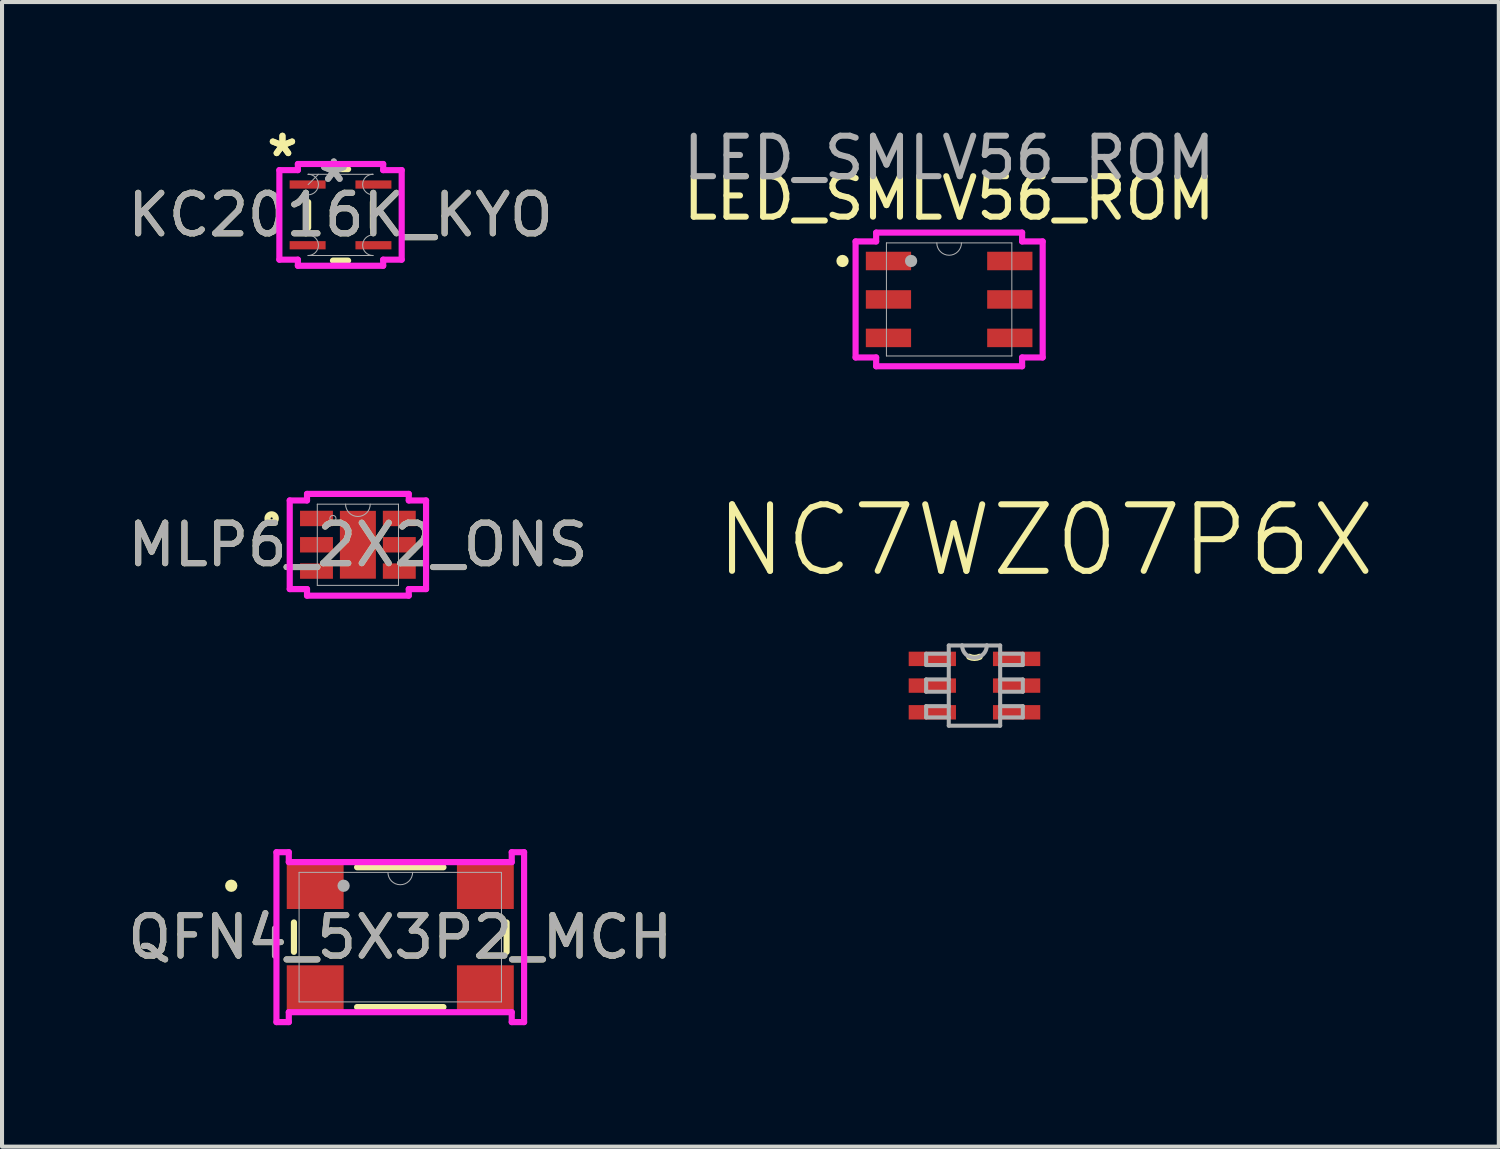
<source format=kicad_pcb>
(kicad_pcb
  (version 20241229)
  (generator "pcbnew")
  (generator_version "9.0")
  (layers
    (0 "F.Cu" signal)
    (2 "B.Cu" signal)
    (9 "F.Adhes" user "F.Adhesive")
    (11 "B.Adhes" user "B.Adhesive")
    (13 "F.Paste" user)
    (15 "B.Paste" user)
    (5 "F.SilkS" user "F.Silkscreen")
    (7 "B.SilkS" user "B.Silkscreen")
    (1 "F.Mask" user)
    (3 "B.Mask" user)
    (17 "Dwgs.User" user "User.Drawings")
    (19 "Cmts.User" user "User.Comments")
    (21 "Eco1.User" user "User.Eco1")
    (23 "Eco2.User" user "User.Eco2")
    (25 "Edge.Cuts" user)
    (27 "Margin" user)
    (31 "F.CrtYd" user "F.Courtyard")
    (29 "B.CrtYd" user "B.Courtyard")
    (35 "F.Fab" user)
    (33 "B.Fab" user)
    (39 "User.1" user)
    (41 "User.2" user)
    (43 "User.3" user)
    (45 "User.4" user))
  (footprint "KC2016K_KYO"
    (layer "F.Cu")
    (at 5.363 2.259)
    (property "Reference" "KC2016K_KYO" (at 0 0 0) (unlocked yes) (layer "F.SilkS") (effects (font (size 1 1) (thickness 0.15))))
    (attr smd)
    (fp_line (start -0.8 -0.316) (end -0.8 0.316) (stroke (width 0.152) (type solid)) (layer "F.SilkS"))
    (fp_line (start -0.187 -1.13) (end 0.187 -1.13) (stroke (width 0.152) (type solid)) (layer "F.SilkS"))
    (fp_line (start -0.187 1.13) (end 0.187 1.13) (stroke (width 0.152) (type solid)) (layer "F.SilkS"))
    (fp_line (start 0.8 -0.316) (end 0.8 0.316) (stroke (width 0.152) (type solid)) (layer "F.SilkS"))
    (fp_line (start -1.511 -1.106) (end -1.054 -1.106) (stroke (width 0.152) (type solid)) (layer "F.CrtYd"))
    (fp_line (start -1.511 1.106) (end -1.511 -1.106) (stroke (width 0.152) (type solid)) (layer "F.CrtYd"))
    (fp_line (start -1.511 1.106) (end -1.054 1.106) (stroke (width 0.152) (type solid)) (layer "F.CrtYd"))
    (fp_line (start -1.054 -1.257) (end 1.054 -1.257) (stroke (width 0.152) (type solid)) (layer "F.CrtYd"))
    (fp_line (start -1.054 -1.106) (end -1.054 -1.257) (stroke (width 0.152) (type solid)) (layer "F.CrtYd"))
    (fp_line (start -1.054 1.257) (end -1.054 1.106) (stroke (width 0.152) (type solid)) (layer "F.CrtYd"))
    (fp_line (start 1.054 -1.257) (end 1.054 -1.106) (stroke (width 0.152) (type solid)) (layer "F.CrtYd"))
    (fp_line (start 1.054 1.106) (end 1.054 1.257) (stroke (width 0.152) (type solid)) (layer "F.CrtYd"))
    (fp_line (start 1.054 1.257) (end -1.054 1.257) (stroke (width 0.152) (type solid)) (layer "F.CrtYd"))
    (fp_line (start 1.511 -1.106) (end 1.054 -1.106) (stroke (width 0.152) (type solid)) (layer "F.CrtYd"))
    (fp_line (start 1.511 -1.106) (end 1.511 1.106) (stroke (width 0.152) (type solid)) (layer "F.CrtYd"))
    (fp_line (start 1.511 1.106) (end 1.054 1.106) (stroke (width 0.152) (type solid)) (layer "F.CrtYd"))
    (fp_line (start -0.8 -1.004) (end -0.8 -1.003) (stroke (width 0.025) (type solid)) (layer "F.Fab"))
    (fp_line (start -0.8 -1.003) (end 0.8 -1.003) (stroke (width 0.025) (type solid)) (layer "F.Fab"))
    (fp_line (start -0.8 -0.496) (end -0.8 0.496) (stroke (width 0.025) (type solid)) (layer "F.Fab"))
    (fp_line (start -0.8 1.003) (end 0.8 1.003) (stroke (width 0.025) (type solid)) (layer "F.Fab"))
    (fp_line (start -0.8 1.004) (end -0.8 1.003) (stroke (width 0.025) (type solid)) (layer "F.Fab"))
    (fp_line (start -0.546 -1.003) (end -0.8 -0.749) (stroke (width 0.025) (type solid)) (layer "F.Fab"))
    (fp_line (start 0.8 -1.004) (end 0.8 -1.003) (stroke (width 0.025) (type solid)) (layer "F.Fab"))
    (fp_line (start 0.8 -0.496) (end 0.8 0.496) (stroke (width 0.025) (type solid)) (layer "F.Fab"))
    (fp_line (start 0.8 1.004) (end 0.8 1.003) (stroke (width 0.025) (type solid)) (layer "F.Fab"))
    (fp_arc (start -0.8001 -1.004001) (mid -0.5461 -0.750001) (end -0.8001 -0.496001) (stroke (width 0.0254) (type solid)) (layer "F.Fab"))
    (fp_arc (start -0.8001 0.496001) (mid -0.5461 0.750001) (end -0.8001 1.004001) (stroke (width 0.0254) (type solid)) (layer "F.Fab"))
    (fp_arc (start 0.8001 -0.496001) (mid 0.5461 -0.750001) (end 0.8001 -1.004001) (stroke (width 0.0254) (type solid)) (layer "F.Fab"))
    (fp_arc (start 0.8001 1.004001) (mid 0.5461 0.750001) (end 0.8001 0.496001) (stroke (width 0.0254) (type solid)) (layer "F.Fab"))
    (fp_text user "*" (at -1.435 -1.41 0) (unlocked yes) (layer "F.SilkS") (effects (font (size 1 1) (thickness 0.15))))
    (fp_text user "*" (at -1.435 -1.41 0) (layer "F.SilkS") (effects (font (size 1 1) (thickness 0.15))))
    (fp_text user "${REFERENCE}" (at 0 0 0) (unlocked yes) (layer "F.Fab") (effects (font (size 1 1) (thickness 0.15))))
    (fp_text user "*" (at -0.165 -0.775 0) (layer "F.Fab") (effects (font (size 1 1) (thickness 0.15))))
    (fp_text user "*" (at -0.165 -0.775 0) (unlocked yes) (layer "F.Fab") (effects (font (size 1 1) (thickness 0.15))))
    (pad "1" smd rect (at -0.813 -0.75) (size 0.889 0.203) (layers "F.Cu" "F.Mask" "F.Paste"))
    (pad "2" smd rect (at -0.813 0.75) (size 0.889 0.203) (layers "F.Cu" "F.Mask" "F.Paste"))
    (pad "3" smd rect (at 0.813 0.75) (size 0.889 0.203) (layers "F.Cu" "F.Mask" "F.Paste"))
    (pad "4" smd rect (at 0.813 -0.75) (size 0.889 0.203) (layers "F.Cu" "F.Mask" "F.Paste")))
  (footprint "LED_SMLV56_ROM"
    (layer "F.Cu")
    (at 20.399 4.348)
    (property "Reference" "LED_SMLV56_ROM" (at 0 -2.5 0) (unlocked yes) (layer "F.SilkS") (effects (font (size 1 1) (thickness 0.15))))
    (attr smd)
    (fp_circle (center -2.634 -0.95) (end -2.558 -0.95) (stroke (width 0.152) (type solid)) (fill no) (layer "F.SilkS"))
    (fp_line (start -2.311 -1.433) (end -1.803 -1.433) (stroke (width 0.152) (type solid)) (layer "F.CrtYd"))
    (fp_line (start -2.311 1.433) (end -2.311 -1.433) (stroke (width 0.152) (type solid)) (layer "F.CrtYd"))
    (fp_line (start -2.311 1.433) (end -1.803 1.433) (stroke (width 0.152) (type solid)) (layer "F.CrtYd"))
    (fp_line (start -1.803 -1.651) (end 1.803 -1.651) (stroke (width 0.152) (type solid)) (layer "F.CrtYd"))
    (fp_line (start -1.803 -1.433) (end -1.803 -1.651) (stroke (width 0.152) (type solid)) (layer "F.CrtYd"))
    (fp_line (start -1.803 1.651) (end -1.803 1.433) (stroke (width 0.152) (type solid)) (layer "F.CrtYd"))
    (fp_line (start 1.803 -1.651) (end 1.803 -1.433) (stroke (width 0.152) (type solid)) (layer "F.CrtYd"))
    (fp_line (start 1.803 1.433) (end 1.803 1.651) (stroke (width 0.152) (type solid)) (layer "F.CrtYd"))
    (fp_line (start 1.803 1.651) (end -1.803 1.651) (stroke (width 0.152) (type solid)) (layer "F.CrtYd"))
    (fp_line (start 2.311 -1.433) (end 1.803 -1.433) (stroke (width 0.152) (type solid)) (layer "F.CrtYd"))
    (fp_line (start 2.311 -1.433) (end 2.311 1.433) (stroke (width 0.152) (type solid)) (layer "F.CrtYd"))
    (fp_line (start 2.311 1.433) (end 1.803 1.433) (stroke (width 0.152) (type solid)) (layer "F.CrtYd"))
    (fp_line (start -1.549 -1.397) (end -1.549 1.397) (stroke (width 0.025) (type solid)) (layer "F.Fab"))
    (fp_line (start -1.549 1.397) (end 1.549 1.397) (stroke (width 0.025) (type solid)) (layer "F.Fab"))
    (fp_line (start 1.549 -1.397) (end -1.549 -1.397) (stroke (width 0.025) (type solid)) (layer "F.Fab"))
    (fp_line (start 1.549 1.397) (end 1.549 -1.397) (stroke (width 0.025) (type solid)) (layer "F.Fab"))
    (fp_arc (start 0.3048 -1.397) (mid 0 -1.0922) (end -0.3048 -1.397) (stroke (width 0.0254) (type solid)) (layer "F.Fab"))
    (fp_circle (center -0.94 -0.95) (end -0.94 -0.95) (stroke (width 0.152) (type solid)) (fill no) (layer "F.Fab"))
    (fp_text user "${REFERENCE}" (at 0 -3.5 0) (unlocked yes) (layer "F.Fab") (effects (font (size 1 1) (thickness 0.15))))
    (pad "1" smd rect (at -1.499 -0.95) (size 1.118 0.457) (layers "F.Cu" "F.Mask" "F.Paste"))
    (pad "2" smd rect (at -1.499 0) (size 1.118 0.457) (layers "F.Cu" "F.Mask" "F.Paste"))
    (pad "3" smd rect (at -1.499 0.95) (size 1.118 0.457) (layers "F.Cu" "F.Mask" "F.Paste"))
    (pad "4" smd rect (at 1.499 0.95) (size 1.118 0.457) (layers "F.Cu" "F.Mask" "F.Paste"))
    (pad "5" smd rect (at 1.499 0) (size 1.118 0.457) (layers "F.Cu" "F.Mask" "F.Paste"))
    (pad "6" smd rect (at 1.499 -0.95) (size 1.118 0.457) (layers "F.Cu" "F.Mask" "F.Paste")))
  (footprint "QFN4_5X3P2_MCH"
    (layer "F.Cu")
    (at 6.839 20.103)
    (property "Reference" "QFN4_5X3P2_MCH" (at 0 0 0) (unlocked yes) (layer "F.SilkS") (effects (font (size 1 1) (thickness 0.15))))
    (attr smd)
    (fp_line (start -2.627 -0.363) (end -2.627 0.363) (stroke (width 0.152) (type solid)) (layer "F.SilkS"))
    (fp_line (start -1.067 1.727) (end 1.067 1.727) (stroke (width 0.152) (type solid)) (layer "F.SilkS"))
    (fp_line (start 1.067 -1.727) (end -1.067 -1.727) (stroke (width 0.152) (type solid)) (layer "F.SilkS"))
    (fp_line (start 2.627 0.363) (end 2.627 -0.363) (stroke (width 0.152) (type solid)) (layer "F.SilkS"))
    (fp_circle (center -4.176 -1.27) (end -4.1 -1.27) (stroke (width 0.152) (type solid)) (fill no) (layer "F.SilkS"))
    (fp_line (start -3.059 -2.099) (end -2.754 -2.099) (stroke (width 0.152) (type solid)) (layer "F.CrtYd"))
    (fp_line (start -3.059 2.099) (end -3.059 -2.099) (stroke (width 0.152) (type solid)) (layer "F.CrtYd"))
    (fp_line (start -3.059 2.099) (end -2.754 2.099) (stroke (width 0.152) (type solid)) (layer "F.CrtYd"))
    (fp_line (start -2.754 -2.099) (end -2.754 -1.854) (stroke (width 0.152) (type solid)) (layer "F.CrtYd"))
    (fp_line (start -2.754 -1.854) (end 2.754 -1.854) (stroke (width 0.152) (type solid)) (layer "F.CrtYd"))
    (fp_line (start -2.754 1.854) (end -2.754 2.099) (stroke (width 0.152) (type solid)) (layer "F.CrtYd"))
    (fp_line (start 2.754 -1.854) (end 2.754 -2.099) (stroke (width 0.152) (type solid)) (layer "F.CrtYd"))
    (fp_line (start 2.754 1.854) (end -2.754 1.854) (stroke (width 0.152) (type solid)) (layer "F.CrtYd"))
    (fp_line (start 2.754 2.099) (end 2.754 1.854) (stroke (width 0.152) (type solid)) (layer "F.CrtYd"))
    (fp_line (start 3.059 -2.099) (end 2.754 -2.099) (stroke (width 0.152) (type solid)) (layer "F.CrtYd"))
    (fp_line (start 3.059 -2.099) (end 3.059 2.099) (stroke (width 0.152) (type solid)) (layer "F.CrtYd"))
    (fp_line (start 3.059 2.099) (end 2.754 2.099) (stroke (width 0.152) (type solid)) (layer "F.CrtYd"))
    (fp_line (start -2.5 -1.6) (end -2.5 1.6) (stroke (width 0.025) (type solid)) (layer "F.Fab"))
    (fp_line (start -2.5 1.6) (end 2.5 1.6) (stroke (width 0.025) (type solid)) (layer "F.Fab"))
    (fp_line (start 2.5 -1.6) (end -2.5 -1.6) (stroke (width 0.025) (type solid)) (layer "F.Fab"))
    (fp_line (start 2.5 1.6) (end 2.5 -1.6) (stroke (width 0.025) (type solid)) (layer "F.Fab"))
    (fp_arc (start 0.3048 -1.600001) (mid 0 -1.295201) (end -0.3048 -1.600001) (stroke (width 0.0254) (type solid)) (layer "F.Fab"))
    (fp_circle (center -1.4 -1.27) (end -1.4 -1.27) (stroke (width 0.152) (type solid)) (fill no) (layer "F.Fab"))
    (fp_text user "${REFERENCE}" (at 0 0 0) (unlocked yes) (layer "F.Fab") (effects (font (size 1 1) (thickness 0.15))))
    (pad "1" smd rect (at -2.102 -1.27) (size 1.405 1.149) (layers "F.Cu" "F.Mask" "F.Paste"))
    (pad "2" smd rect (at -2.102 1.27) (size 1.405 1.149) (layers "F.Cu" "F.Mask" "F.Paste"))
    (pad "3" smd rect (at 2.102 1.27) (size 1.405 1.149) (layers "F.Cu" "F.Mask" "F.Paste"))
    (pad "4" smd rect (at 2.102 -1.27) (size 1.405 1.149) (layers "F.Cu" "F.Mask" "F.Paste")))
  (footprint "NC7WZ07P6X"
    (layer "F.Cu")
    (at 21.025 13.888)
    (property "Reference" "NC7WZ07P6X" (at 1.756 -3.588 0) (layer "F.SilkS") (effects (font (size 1.643 1.643) (thickness 0.15))))
    (attr smd)
    (fp_arc (start 0.127 -0.7112) (mid 0 -0.683626) (end -0.127 -0.7112) (stroke (width 0.1524) (type solid)) (layer "F.SilkS"))
    (fp_line (start -1.194 -0.787) (end -1.194 -0.508) (stroke (width 0.1) (type solid)) (layer "F.Fab"))
    (fp_line (start -1.194 -0.508) (end -0.635 -0.508) (stroke (width 0.1) (type solid)) (layer "F.Fab"))
    (fp_line (start -1.194 -0.152) (end -1.194 0.152) (stroke (width 0.1) (type solid)) (layer "F.Fab"))
    (fp_line (start -1.194 0.152) (end -0.635 0.152) (stroke (width 0.1) (type solid)) (layer "F.Fab"))
    (fp_line (start -1.194 0.508) (end -1.194 0.787) (stroke (width 0.1) (type solid)) (layer "F.Fab"))
    (fp_line (start -1.194 0.787) (end -0.635 0.787) (stroke (width 0.1) (type solid)) (layer "F.Fab"))
    (fp_line (start -0.635 -0.991) (end -0.635 -0.787) (stroke (width 0.1) (type solid)) (layer "F.Fab"))
    (fp_line (start -0.635 -0.787) (end -1.194 -0.787) (stroke (width 0.1) (type solid)) (layer "F.Fab"))
    (fp_line (start -0.635 -0.787) (end -0.635 -0.508) (stroke (width 0.1) (type solid)) (layer "F.Fab"))
    (fp_line (start -0.635 -0.508) (end -0.635 -0.152) (stroke (width 0.1) (type solid)) (layer "F.Fab"))
    (fp_line (start -0.635 -0.152) (end -1.194 -0.152) (stroke (width 0.1) (type solid)) (layer "F.Fab"))
    (fp_line (start -0.635 -0.152) (end -0.635 0.152) (stroke (width 0.1) (type solid)) (layer "F.Fab"))
    (fp_line (start -0.635 0.152) (end -0.635 0.508) (stroke (width 0.1) (type solid)) (layer "F.Fab"))
    (fp_line (start -0.635 0.508) (end -1.194 0.508) (stroke (width 0.1) (type solid)) (layer "F.Fab"))
    (fp_line (start -0.635 0.787) (end -0.635 0.508) (stroke (width 0.1) (type solid)) (layer "F.Fab"))
    (fp_line (start -0.635 0.991) (end -0.635 0.787) (stroke (width 0.1) (type solid)) (layer "F.Fab"))
    (fp_line (start -0.635 0.991) (end 0.635 0.991) (stroke (width 0.1) (type solid)) (layer "F.Fab"))
    (fp_line (start -0.305 -0.991) (end -0.635 -0.991) (stroke (width 0.1) (type solid)) (layer "F.Fab"))
    (fp_line (start 0.305 -0.991) (end -0.305 -0.991) (stroke (width 0.1) (type solid)) (layer "F.Fab"))
    (fp_line (start 0.635 -0.991) (end 0.305 -0.991) (stroke (width 0.1) (type solid)) (layer "F.Fab"))
    (fp_line (start 0.635 -0.991) (end 0.635 -0.787) (stroke (width 0.1) (type solid)) (layer "F.Fab"))
    (fp_line (start 0.635 -0.787) (end 0.635 -0.508) (stroke (width 0.1) (type solid)) (layer "F.Fab"))
    (fp_line (start 0.635 -0.508) (end 1.194 -0.508) (stroke (width 0.1) (type solid)) (layer "F.Fab"))
    (fp_line (start 0.635 -0.152) (end 0.635 -0.508) (stroke (width 0.1) (type solid)) (layer "F.Fab"))
    (fp_line (start 0.635 0.152) (end 0.635 -0.152) (stroke (width 0.1) (type solid)) (layer "F.Fab"))
    (fp_line (start 0.635 0.152) (end 1.194 0.152) (stroke (width 0.1) (type solid)) (layer "F.Fab"))
    (fp_line (start 0.635 0.508) (end 0.635 0.152) (stroke (width 0.1) (type solid)) (layer "F.Fab"))
    (fp_line (start 0.635 0.787) (end 0.635 0.508) (stroke (width 0.1) (type solid)) (layer "F.Fab"))
    (fp_line (start 0.635 0.787) (end 1.194 0.787) (stroke (width 0.1) (type solid)) (layer "F.Fab"))
    (fp_line (start 0.635 0.991) (end 0.635 0.787) (stroke (width 0.1) (type solid)) (layer "F.Fab"))
    (fp_line (start 1.194 -0.787) (end 0.635 -0.787) (stroke (width 0.1) (type solid)) (layer "F.Fab"))
    (fp_line (start 1.194 -0.508) (end 1.194 -0.787) (stroke (width 0.1) (type solid)) (layer "F.Fab"))
    (fp_line (start 1.194 -0.152) (end 0.635 -0.152) (stroke (width 0.1) (type solid)) (layer "F.Fab"))
    (fp_line (start 1.194 0.152) (end 1.194 -0.152) (stroke (width 0.1) (type solid)) (layer "F.Fab"))
    (fp_line (start 1.194 0.508) (end 0.635 0.508) (stroke (width 0.1) (type solid)) (layer "F.Fab"))
    (fp_line (start 1.194 0.787) (end 1.194 0.508) (stroke (width 0.1) (type solid)) (layer "F.Fab"))
    (fp_arc (start 0.3048 -0.9906) (mid 0 -0.6858) (end -0.3048 -0.9906) (stroke (width 0.1) (type solid)) (layer "F.Fab"))
    (pad "1" smd rect (at -1.041 -0.66) (size 1.168 0.356) (layers "F.Cu" "F.Mask" "F.Paste"))
    (pad "2" smd rect (at -1.041 0) (size 1.168 0.356) (layers "F.Cu" "F.Mask" "F.Paste"))
    (pad "3" smd rect (at -1.041 0.66) (size 1.168 0.356) (layers "F.Cu" "F.Mask" "F.Paste"))
    (pad "4" smd rect (at 1.041 0.66) (size 1.168 0.356) (layers "F.Cu" "F.Mask" "F.Paste"))
    (pad "5" smd rect (at 1.041 0) (size 1.168 0.356) (layers "F.Cu" "F.Mask" "F.Paste"))
    (pad "6" smd rect (at 1.041 -0.66) (size 1.168 0.356) (layers "F.Cu" "F.Mask" "F.Paste")))
  (footprint "MLP6_2X2_ONS"
    (layer "F.Cu")
    (at 5.792 10.409)
    (property "Reference" "MLP6_2X2_ONS" (at 0 0 0) (unlocked yes) (layer "F.SilkS") (effects (font (size 1 1) (thickness 0.15))))
    (attr smd)
    (fp_circle (center -2.131 -0.65) (end -2.029 -0.65) (stroke (width 0.152) (type solid)) (fill no) (layer "F.SilkS"))
    (fp_line (start -1.684 -1.095) (end -1.257 -1.095) (stroke (width 0.152) (type solid)) (layer "F.CrtYd"))
    (fp_line (start -1.684 1.095) (end -1.684 -1.095) (stroke (width 0.152) (type solid)) (layer "F.CrtYd"))
    (fp_line (start -1.684 1.095) (end -1.257 1.095) (stroke (width 0.152) (type solid)) (layer "F.CrtYd"))
    (fp_line (start -1.257 -1.257) (end 1.257 -1.257) (stroke (width 0.152) (type solid)) (layer "F.CrtYd"))
    (fp_line (start -1.257 -1.095) (end -1.257 -1.257) (stroke (width 0.152) (type solid)) (layer "F.CrtYd"))
    (fp_line (start -1.257 1.257) (end -1.257 1.095) (stroke (width 0.152) (type solid)) (layer "F.CrtYd"))
    (fp_line (start 1.257 -1.257) (end 1.257 -1.095) (stroke (width 0.152) (type solid)) (layer "F.CrtYd"))
    (fp_line (start 1.257 1.095) (end 1.257 1.257) (stroke (width 0.152) (type solid)) (layer "F.CrtYd"))
    (fp_line (start 1.257 1.257) (end -1.257 1.257) (stroke (width 0.152) (type solid)) (layer "F.CrtYd"))
    (fp_line (start 1.684 -1.095) (end 1.257 -1.095) (stroke (width 0.152) (type solid)) (layer "F.CrtYd"))
    (fp_line (start 1.684 -1.095) (end 1.684 1.095) (stroke (width 0.152) (type solid)) (layer "F.CrtYd"))
    (fp_line (start 1.684 1.095) (end 1.257 1.095) (stroke (width 0.152) (type solid)) (layer "F.CrtYd"))
    (fp_line (start -1.003 -1.003) (end -1.003 1.003) (stroke (width 0.025) (type solid)) (layer "F.Fab"))
    (fp_line (start -1.003 1.003) (end 1.003 1.003) (stroke (width 0.025) (type solid)) (layer "F.Fab"))
    (fp_line (start 1.003 -1.003) (end -1.003 -1.003) (stroke (width 0.025) (type solid)) (layer "F.Fab"))
    (fp_line (start 1.003 1.003) (end 1.003 -1.003) (stroke (width 0.025) (type solid)) (layer "F.Fab"))
    (fp_arc (start 0.3048 -1.0033) (mid 0 -0.6985) (end -0.3048 -1.0033) (stroke (width 0.0254) (type solid)) (layer "F.Fab"))
    (fp_circle (center -0.617 -0.65) (end -0.541 -0.65) (stroke (width 0.025) (type solid)) (fill no) (layer "F.Fab"))
    (fp_text user "${REFERENCE}" (at 0 0 0) (unlocked yes) (layer "F.Fab") (effects (font (size 1 1) (thickness 0.15))))
    (pad "1" smd rect (at -1.023 -0.65) (size 0.813 0.381) (layers "F.Cu" "F.Mask" "F.Paste"))
    (pad "2" smd rect (at -1.023 0) (size 0.813 0.381) (layers "F.Cu" "F.Mask" "F.Paste"))
    (pad "3" smd rect (at -1.023 0.65) (size 0.813 0.381) (layers "F.Cu" "F.Mask" "F.Paste"))
    (pad "4" smd rect (at 1.023 0.65) (size 0.813 0.381) (layers "F.Cu" "F.Mask" "F.Paste"))
    (pad "5" smd rect (at 1.023 0) (size 0.813 0.381) (layers "F.Cu" "F.Mask" "F.Paste"))
    (pad "6" smd rect (at 1.023 -0.65) (size 0.813 0.381) (layers "F.Cu" "F.Mask" "F.Paste"))
    (pad "7" smd rect (at 0 0) (size 0.889 1.676) (layers "F.Cu" "F.Mask" "F.Paste")))
  (gr_rect
    (start -3 -3)
    (end 33.979 25.278)
    (stroke (width 0.1) (type default))
    (fill no)
    (layer "Edge.Cuts")))
</source>
